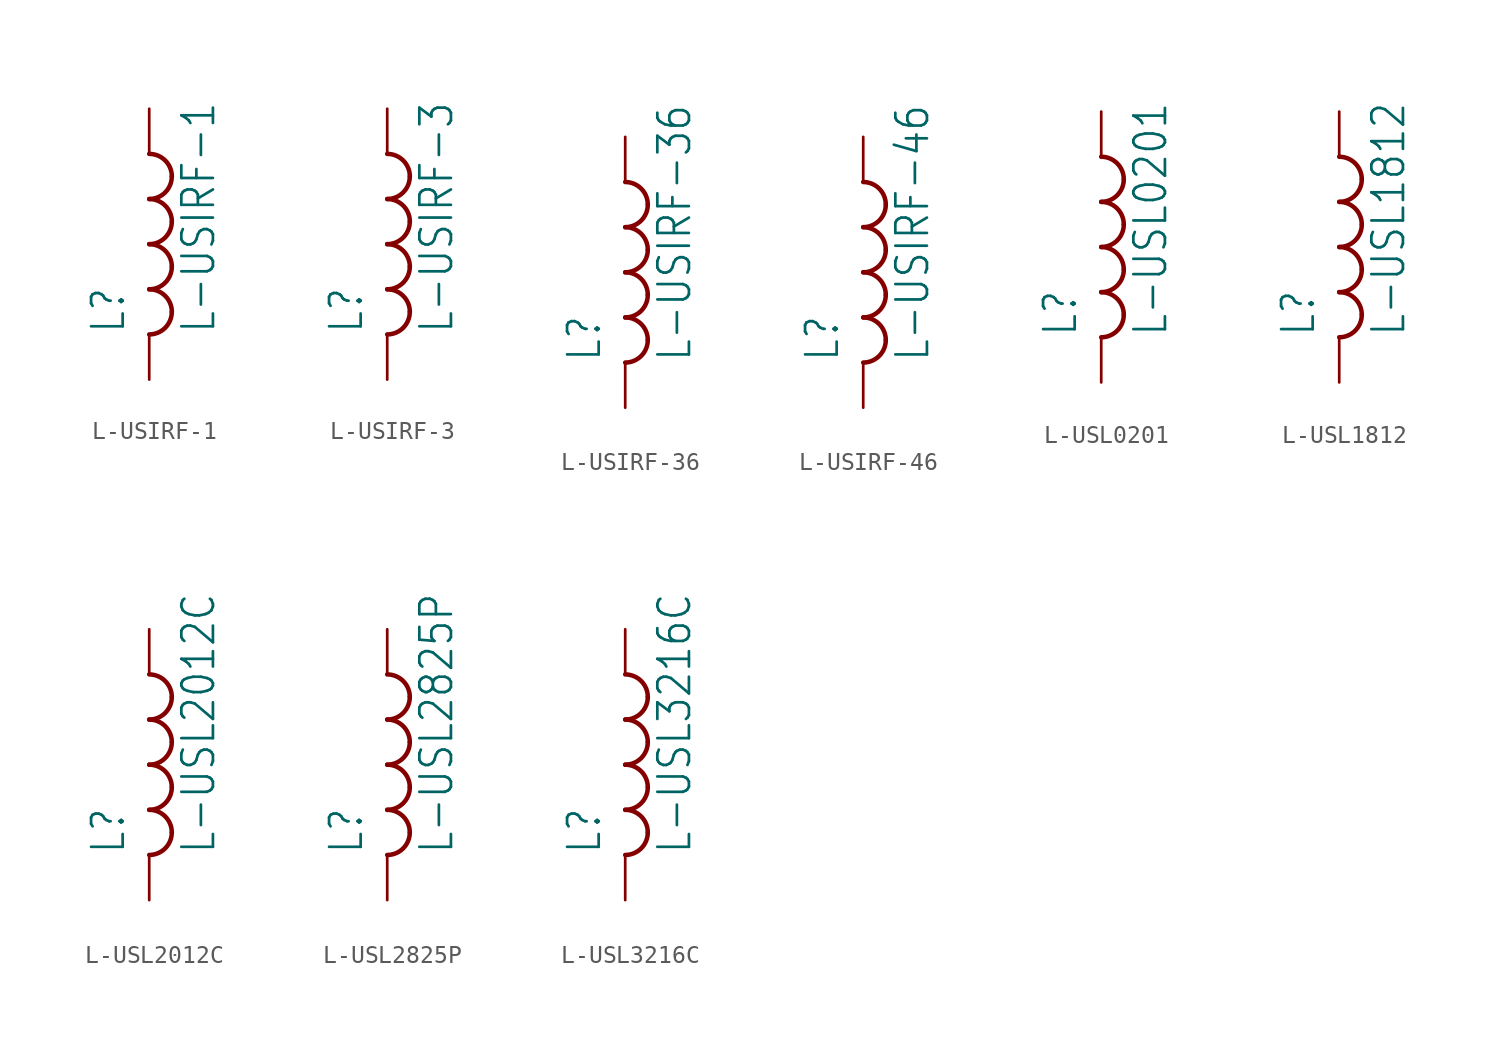
<source format=kicad_sym>
(kicad_symbol_lib
  (version 20220914)
  (generator kicad_symbol_editor)
  (symbol "L-USIRF-1"
    (property "Reference" "L"
      (at -1.27 -5.08 90)
      (effects (font (size 1.778 1.511)) (justify left bottom)))
    (property "Value" "L-USIRF-1"
      (at 3.81 -5.08 90)
      (effects (font (size 1.778 1.511)) (justify left bottom)))
    (property "ki_locked" ""
      (at 0 0 0)
      (effects (font (size 1.27 1.27))))
    (symbol "L-USIRF-1_1_0"
      (arc (start 0 -5.08) (mid 0.898 -4.708) (end 1.27 -3.81) (stroke (width 0.254) (type default)) (fill (type none)))
      (arc (start 0 -2.54) (mid 0.898 -2.168) (end 1.27 -1.27) (stroke (width 0.254) (type default)) (fill (type none)))
      (arc (start 0 0) (mid 0.898 0.372) (end 1.27 1.27) (stroke (width 0.254) (type default)) (fill (type none)))
      (arc (start 0 2.54) (mid 0.898 2.912) (end 1.27 3.81) (stroke (width 0.254) (type default)) (fill (type none)))
      (arc (start 1.27 -3.81) (mid 0.898 -2.912) (end 0 -2.54) (stroke (width 0.254) (type default)) (fill (type none)))
      (arc (start 1.27 -1.27) (mid 0.898 -0.372) (end 0 0) (stroke (width 0.254) (type default)) (fill (type none)))
      (arc (start 1.27 1.27) (mid 0.898 2.168) (end 0 2.54) (stroke (width 0.254) (type default)) (fill (type none)))
      (arc (start 1.27 3.81) (mid 0.898 4.708) (end 0 5.08) (stroke (width 0.254) (type default)) (fill (type none)))
      (pin passive line (at 0 7.62 270) (length 2.54) (name "1" (effects (font (size 0 0)))) (number "1" (effects (font (size 0 0)))))
      (pin passive line (at 0 -7.62 90) (length 2.54) (name "2" (effects (font (size 0 0)))) (number "2" (effects (font (size 0 0)))))))
  (symbol "L-USIRF-3"
    (property "Reference" "L"
      (at -1.27 -5.08 90)
      (effects (font (size 1.778 1.511)) (justify left bottom)))
    (property "Value" "L-USIRF-3"
      (at 3.81 -5.08 90)
      (effects (font (size 1.778 1.511)) (justify left bottom)))
    (property "ki_locked" ""
      (at 0 0 0)
      (effects (font (size 1.27 1.27))))
    (symbol "L-USIRF-3_1_0"
      (arc (start 0 -5.08) (mid 0.898 -4.708) (end 1.27 -3.81) (stroke (width 0.254) (type default)) (fill (type none)))
      (arc (start 0 -2.54) (mid 0.898 -2.168) (end 1.27 -1.27) (stroke (width 0.254) (type default)) (fill (type none)))
      (arc (start 0 0) (mid 0.898 0.372) (end 1.27 1.27) (stroke (width 0.254) (type default)) (fill (type none)))
      (arc (start 0 2.54) (mid 0.898 2.912) (end 1.27 3.81) (stroke (width 0.254) (type default)) (fill (type none)))
      (arc (start 1.27 -3.81) (mid 0.898 -2.912) (end 0 -2.54) (stroke (width 0.254) (type default)) (fill (type none)))
      (arc (start 1.27 -1.27) (mid 0.898 -0.372) (end 0 0) (stroke (width 0.254) (type default)) (fill (type none)))
      (arc (start 1.27 1.27) (mid 0.898 2.168) (end 0 2.54) (stroke (width 0.254) (type default)) (fill (type none)))
      (arc (start 1.27 3.81) (mid 0.898 4.708) (end 0 5.08) (stroke (width 0.254) (type default)) (fill (type none)))
      (pin passive line (at 0 7.62 270) (length 2.54) (name "1" (effects (font (size 0 0)))) (number "1" (effects (font (size 0 0)))))
      (pin passive line (at 0 -7.62 90) (length 2.54) (name "2" (effects (font (size 0 0)))) (number "2" (effects (font (size 0 0)))))))
  (symbol "L-USIRF-36"
    (property "Reference" "L"
      (at -1.27 -5.08 90)
      (effects (font (size 1.778 1.511)) (justify left bottom)))
    (property "Value" "L-USIRF-36"
      (at 3.81 -5.08 90)
      (effects (font (size 1.778 1.511)) (justify left bottom)))
    (property "ki_locked" ""
      (at 0 0 0)
      (effects (font (size 1.27 1.27))))
    (symbol "L-USIRF-36_1_0"
      (arc (start 0 -5.08) (mid 0.898 -4.708) (end 1.27 -3.81) (stroke (width 0.254) (type default)) (fill (type none)))
      (arc (start 0 -2.54) (mid 0.898 -2.168) (end 1.27 -1.27) (stroke (width 0.254) (type default)) (fill (type none)))
      (arc (start 0 0) (mid 0.898 0.372) (end 1.27 1.27) (stroke (width 0.254) (type default)) (fill (type none)))
      (arc (start 0 2.54) (mid 0.898 2.912) (end 1.27 3.81) (stroke (width 0.254) (type default)) (fill (type none)))
      (arc (start 1.27 -3.81) (mid 0.898 -2.912) (end 0 -2.54) (stroke (width 0.254) (type default)) (fill (type none)))
      (arc (start 1.27 -1.27) (mid 0.898 -0.372) (end 0 0) (stroke (width 0.254) (type default)) (fill (type none)))
      (arc (start 1.27 1.27) (mid 0.898 2.168) (end 0 2.54) (stroke (width 0.254) (type default)) (fill (type none)))
      (arc (start 1.27 3.81) (mid 0.898 4.708) (end 0 5.08) (stroke (width 0.254) (type default)) (fill (type none)))
      (pin passive line (at 0 7.62 270) (length 2.54) (name "1" (effects (font (size 0 0)))) (number "1" (effects (font (size 0 0)))))
      (pin passive line (at 0 -7.62 90) (length 2.54) (name "2" (effects (font (size 0 0)))) (number "2" (effects (font (size 0 0)))))))
  (symbol "L-USIRF-46"
    (property "Reference" "L"
      (at -1.27 -5.08 90)
      (effects (font (size 1.778 1.511)) (justify left bottom)))
    (property "Value" "L-USIRF-46"
      (at 3.81 -5.08 90)
      (effects (font (size 1.778 1.511)) (justify left bottom)))
    (property "ki_locked" ""
      (at 0 0 0)
      (effects (font (size 1.27 1.27))))
    (symbol "L-USIRF-46_1_0"
      (arc (start 0 -5.08) (mid 0.898 -4.708) (end 1.27 -3.81) (stroke (width 0.254) (type default)) (fill (type none)))
      (arc (start 0 -2.54) (mid 0.898 -2.168) (end 1.27 -1.27) (stroke (width 0.254) (type default)) (fill (type none)))
      (arc (start 0 0) (mid 0.898 0.372) (end 1.27 1.27) (stroke (width 0.254) (type default)) (fill (type none)))
      (arc (start 0 2.54) (mid 0.898 2.912) (end 1.27 3.81) (stroke (width 0.254) (type default)) (fill (type none)))
      (arc (start 1.27 -3.81) (mid 0.898 -2.912) (end 0 -2.54) (stroke (width 0.254) (type default)) (fill (type none)))
      (arc (start 1.27 -1.27) (mid 0.898 -0.372) (end 0 0) (stroke (width 0.254) (type default)) (fill (type none)))
      (arc (start 1.27 1.27) (mid 0.898 2.168) (end 0 2.54) (stroke (width 0.254) (type default)) (fill (type none)))
      (arc (start 1.27 3.81) (mid 0.898 4.708) (end 0 5.08) (stroke (width 0.254) (type default)) (fill (type none)))
      (pin passive line (at 0 7.62 270) (length 2.54) (name "1" (effects (font (size 0 0)))) (number "1" (effects (font (size 0 0)))))
      (pin passive line (at 0 -7.62 90) (length 2.54) (name "2" (effects (font (size 0 0)))) (number "2" (effects (font (size 0 0)))))))
  (symbol "L-USL0201"
    (property "Reference" "L"
      (at -1.27 -5.08 90)
      (effects (font (size 1.778 1.511)) (justify left bottom)))
    (property "Value" "L-USL0201"
      (at 3.81 -5.08 90)
      (effects (font (size 1.778 1.511)) (justify left bottom)))
    (property "ki_locked" ""
      (at 0 0 0)
      (effects (font (size 1.27 1.27))))
    (symbol "L-USL0201_1_0"
      (arc (start 0 -5.08) (mid 0.898 -4.708) (end 1.27 -3.81) (stroke (width 0.254) (type default)) (fill (type none)))
      (arc (start 0 -2.54) (mid 0.898 -2.168) (end 1.27 -1.27) (stroke (width 0.254) (type default)) (fill (type none)))
      (arc (start 0 0) (mid 0.898 0.372) (end 1.27 1.27) (stroke (width 0.254) (type default)) (fill (type none)))
      (arc (start 0 2.54) (mid 0.898 2.912) (end 1.27 3.81) (stroke (width 0.254) (type default)) (fill (type none)))
      (arc (start 1.27 -3.81) (mid 0.898 -2.912) (end 0 -2.54) (stroke (width 0.254) (type default)) (fill (type none)))
      (arc (start 1.27 -1.27) (mid 0.898 -0.372) (end 0 0) (stroke (width 0.254) (type default)) (fill (type none)))
      (arc (start 1.27 1.27) (mid 0.898 2.168) (end 0 2.54) (stroke (width 0.254) (type default)) (fill (type none)))
      (arc (start 1.27 3.81) (mid 0.898 4.708) (end 0 5.08) (stroke (width 0.254) (type default)) (fill (type none)))
      (pin passive line (at 0 7.62 270) (length 2.54) (name "1" (effects (font (size 0 0)))) (number "1" (effects (font (size 0 0)))))
      (pin passive line (at 0 -7.62 90) (length 2.54) (name "2" (effects (font (size 0 0)))) (number "2" (effects (font (size 0 0)))))))
  (symbol "L-USL1812"
    (property "Reference" "L"
      (at -1.27 -5.08 90)
      (effects (font (size 1.778 1.511)) (justify left bottom)))
    (property "Value" "L-USL1812"
      (at 3.81 -5.08 90)
      (effects (font (size 1.778 1.511)) (justify left bottom)))
    (property "ki_locked" ""
      (at 0 0 0)
      (effects (font (size 1.27 1.27))))
    (symbol "L-USL1812_1_0"
      (arc (start 0 -5.08) (mid 0.898 -4.708) (end 1.27 -3.81) (stroke (width 0.254) (type default)) (fill (type none)))
      (arc (start 0 -2.54) (mid 0.898 -2.168) (end 1.27 -1.27) (stroke (width 0.254) (type default)) (fill (type none)))
      (arc (start 0 0) (mid 0.898 0.372) (end 1.27 1.27) (stroke (width 0.254) (type default)) (fill (type none)))
      (arc (start 0 2.54) (mid 0.898 2.912) (end 1.27 3.81) (stroke (width 0.254) (type default)) (fill (type none)))
      (arc (start 1.27 -3.81) (mid 0.898 -2.912) (end 0 -2.54) (stroke (width 0.254) (type default)) (fill (type none)))
      (arc (start 1.27 -1.27) (mid 0.898 -0.372) (end 0 0) (stroke (width 0.254) (type default)) (fill (type none)))
      (arc (start 1.27 1.27) (mid 0.898 2.168) (end 0 2.54) (stroke (width 0.254) (type default)) (fill (type none)))
      (arc (start 1.27 3.81) (mid 0.898 4.708) (end 0 5.08) (stroke (width 0.254) (type default)) (fill (type none)))
      (pin passive line (at 0 7.62 270) (length 2.54) (name "1" (effects (font (size 0 0)))) (number "1" (effects (font (size 0 0)))))
      (pin passive line (at 0 -7.62 90) (length 2.54) (name "2" (effects (font (size 0 0)))) (number "2" (effects (font (size 0 0)))))))
  (symbol "L-USL2012C"
    (property "Reference" "L"
      (at -1.27 -5.08 90)
      (effects (font (size 1.778 1.511)) (justify left bottom)))
    (property "Value" "L-USL2012C"
      (at 3.81 -5.08 90)
      (effects (font (size 1.778 1.511)) (justify left bottom)))
    (property "ki_locked" ""
      (at 0 0 0)
      (effects (font (size 1.27 1.27))))
    (symbol "L-USL2012C_1_0"
      (arc (start 0 -5.08) (mid 0.898 -4.708) (end 1.27 -3.81) (stroke (width 0.254) (type default)) (fill (type none)))
      (arc (start 0 -2.54) (mid 0.898 -2.168) (end 1.27 -1.27) (stroke (width 0.254) (type default)) (fill (type none)))
      (arc (start 0 0) (mid 0.898 0.372) (end 1.27 1.27) (stroke (width 0.254) (type default)) (fill (type none)))
      (arc (start 0 2.54) (mid 0.898 2.912) (end 1.27 3.81) (stroke (width 0.254) (type default)) (fill (type none)))
      (arc (start 1.27 -3.81) (mid 0.898 -2.912) (end 0 -2.54) (stroke (width 0.254) (type default)) (fill (type none)))
      (arc (start 1.27 -1.27) (mid 0.898 -0.372) (end 0 0) (stroke (width 0.254) (type default)) (fill (type none)))
      (arc (start 1.27 1.27) (mid 0.898 2.168) (end 0 2.54) (stroke (width 0.254) (type default)) (fill (type none)))
      (arc (start 1.27 3.81) (mid 0.898 4.708) (end 0 5.08) (stroke (width 0.254) (type default)) (fill (type none)))
      (pin passive line (at 0 7.62 270) (length 2.54) (name "1" (effects (font (size 0 0)))) (number "1" (effects (font (size 0 0)))))
      (pin passive line (at 0 -7.62 90) (length 2.54) (name "2" (effects (font (size 0 0)))) (number "2" (effects (font (size 0 0)))))))
  (symbol "L-USL2825P"
    (property "Reference" "L"
      (at -1.27 -5.08 90)
      (effects (font (size 1.778 1.511)) (justify left bottom)))
    (property "Value" "L-USL2825P"
      (at 3.81 -5.08 90)
      (effects (font (size 1.778 1.511)) (justify left bottom)))
    (property "ki_locked" ""
      (at 0 0 0)
      (effects (font (size 1.27 1.27))))
    (symbol "L-USL2825P_1_0"
      (arc (start 0 -5.08) (mid 0.898 -4.708) (end 1.27 -3.81) (stroke (width 0.254) (type default)) (fill (type none)))
      (arc (start 0 -2.54) (mid 0.898 -2.168) (end 1.27 -1.27) (stroke (width 0.254) (type default)) (fill (type none)))
      (arc (start 0 0) (mid 0.898 0.372) (end 1.27 1.27) (stroke (width 0.254) (type default)) (fill (type none)))
      (arc (start 0 2.54) (mid 0.898 2.912) (end 1.27 3.81) (stroke (width 0.254) (type default)) (fill (type none)))
      (arc (start 1.27 -3.81) (mid 0.898 -2.912) (end 0 -2.54) (stroke (width 0.254) (type default)) (fill (type none)))
      (arc (start 1.27 -1.27) (mid 0.898 -0.372) (end 0 0) (stroke (width 0.254) (type default)) (fill (type none)))
      (arc (start 1.27 1.27) (mid 0.898 2.168) (end 0 2.54) (stroke (width 0.254) (type default)) (fill (type none)))
      (arc (start 1.27 3.81) (mid 0.898 4.708) (end 0 5.08) (stroke (width 0.254) (type default)) (fill (type none)))
      (pin passive line (at 0 7.62 270) (length 2.54) (name "1" (effects (font (size 0 0)))) (number "1" (effects (font (size 0 0)))))
      (pin passive line (at 0 -7.62 90) (length 2.54) (name "2" (effects (font (size 0 0)))) (number "2" (effects (font (size 0 0)))))))
  (symbol "L-USL3216C"
    (property "Reference" "L"
      (at -1.27 -5.08 90)
      (effects (font (size 1.778 1.511)) (justify left bottom)))
    (property "Value" "L-USL3216C"
      (at 3.81 -5.08 90)
      (effects (font (size 1.778 1.511)) (justify left bottom)))
    (property "ki_locked" ""
      (at 0 0 0)
      (effects (font (size 1.27 1.27))))
    (symbol "L-USL3216C_1_0"
      (arc (start 0 -5.08) (mid 0.898 -4.708) (end 1.27 -3.81) (stroke (width 0.254) (type default)) (fill (type none)))
      (arc (start 0 -2.54) (mid 0.898 -2.168) (end 1.27 -1.27) (stroke (width 0.254) (type default)) (fill (type none)))
      (arc (start 0 0) (mid 0.898 0.372) (end 1.27 1.27) (stroke (width 0.254) (type default)) (fill (type none)))
      (arc (start 0 2.54) (mid 0.898 2.912) (end 1.27 3.81) (stroke (width 0.254) (type default)) (fill (type none)))
      (arc (start 1.27 -3.81) (mid 0.898 -2.912) (end 0 -2.54) (stroke (width 0.254) (type default)) (fill (type none)))
      (arc (start 1.27 -1.27) (mid 0.898 -0.372) (end 0 0) (stroke (width 0.254) (type default)) (fill (type none)))
      (arc (start 1.27 1.27) (mid 0.898 2.168) (end 0 2.54) (stroke (width 0.254) (type default)) (fill (type none)))
      (arc (start 1.27 3.81) (mid 0.898 4.708) (end 0 5.08) (stroke (width 0.254) (type default)) (fill (type none)))
      (pin passive line (at 0 7.62 270) (length 2.54) (name "1" (effects (font (size 0 0)))) (number "1" (effects (font (size 0 0)))))
      (pin passive line (at 0 -7.62 90) (length 2.54) (name "2" (effects (font (size 0 0)))) (number "2" (effects (font (size 0 0))))))))
</source>
